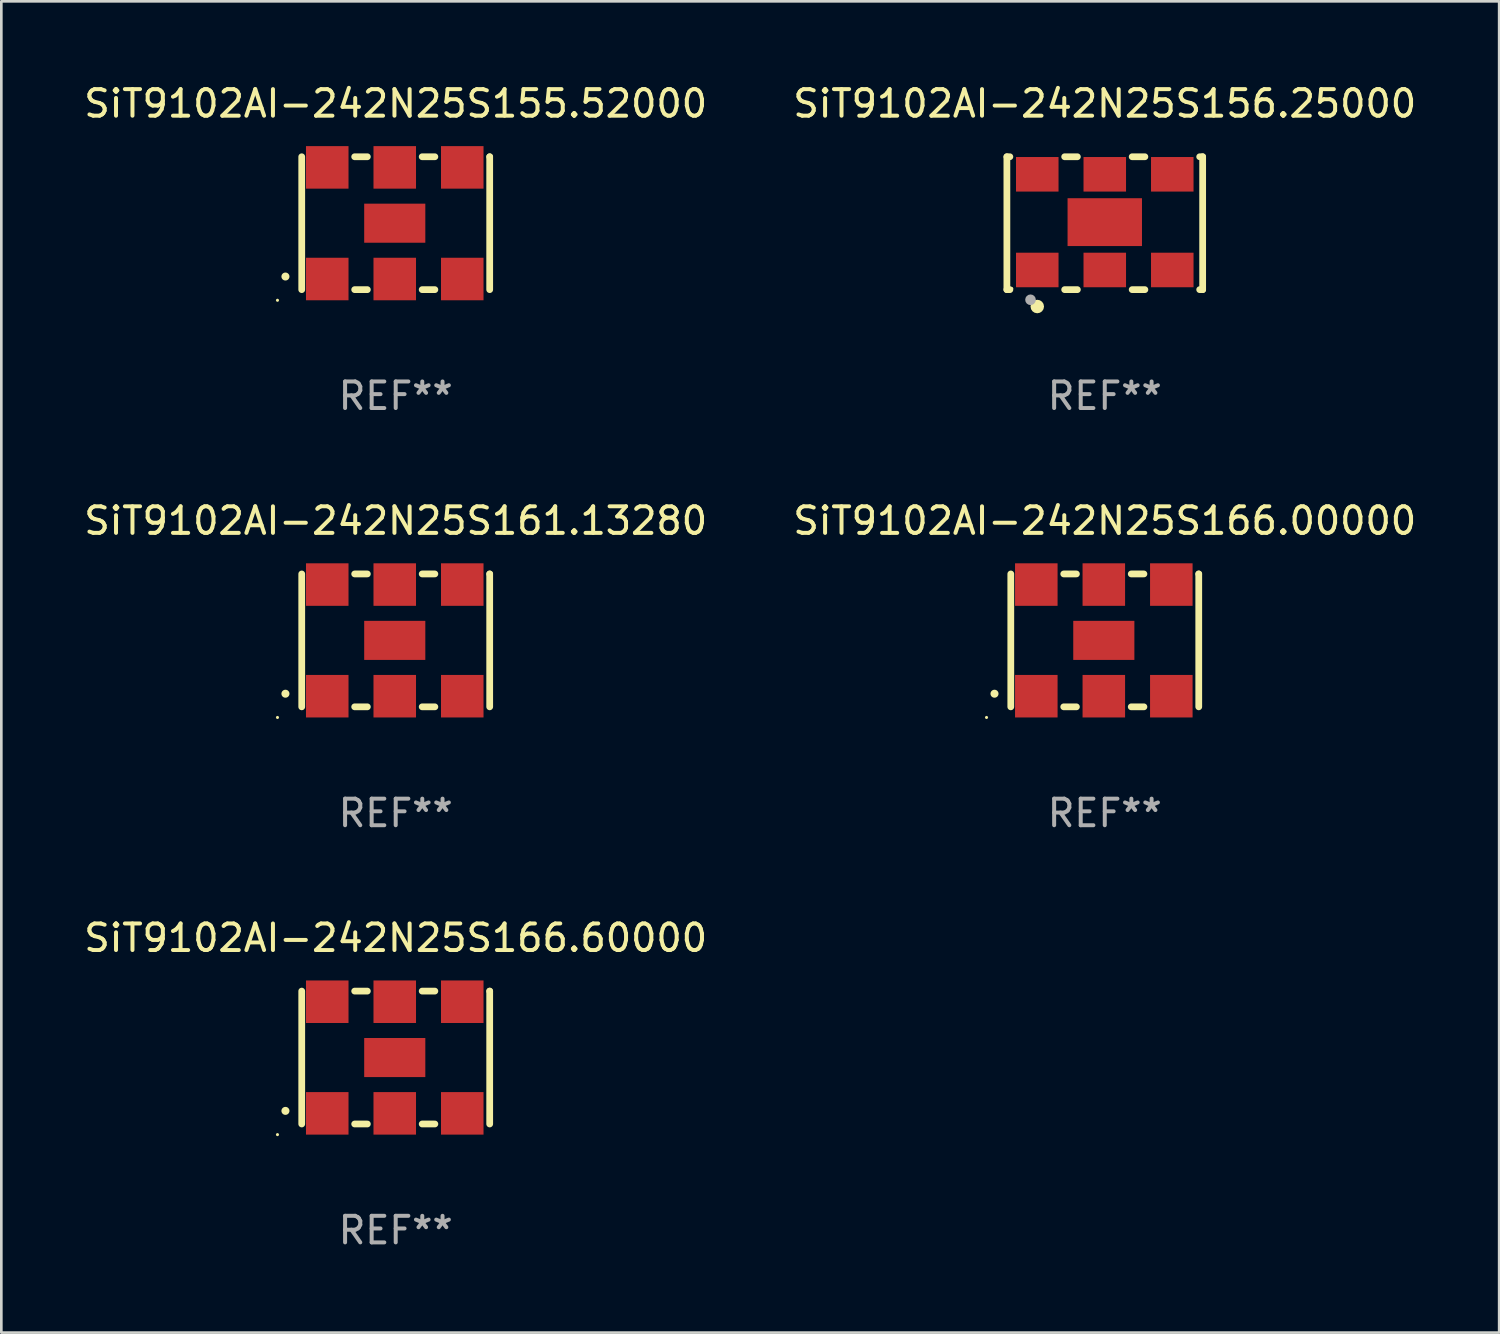
<source format=kicad_pcb>
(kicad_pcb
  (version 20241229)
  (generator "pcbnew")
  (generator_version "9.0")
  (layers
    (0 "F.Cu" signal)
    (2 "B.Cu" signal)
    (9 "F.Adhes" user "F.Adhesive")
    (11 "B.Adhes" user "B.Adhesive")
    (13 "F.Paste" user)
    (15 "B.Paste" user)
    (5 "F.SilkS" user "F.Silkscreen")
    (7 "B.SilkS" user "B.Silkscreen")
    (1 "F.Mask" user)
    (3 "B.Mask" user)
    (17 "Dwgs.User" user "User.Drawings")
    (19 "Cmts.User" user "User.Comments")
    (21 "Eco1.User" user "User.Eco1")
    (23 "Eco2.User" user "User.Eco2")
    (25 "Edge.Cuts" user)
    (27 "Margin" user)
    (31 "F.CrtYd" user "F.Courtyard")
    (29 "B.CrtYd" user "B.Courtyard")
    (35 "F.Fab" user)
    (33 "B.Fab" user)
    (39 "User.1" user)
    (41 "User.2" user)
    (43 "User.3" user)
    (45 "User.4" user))
  (footprint "SiT9102AI-242N25S161.13280"
    (layer "F.Cu")
    (at 11.839 21.045)
    (property "Reference" "SiT9102AI-242N25S161.13280" (at 0 -4.5 0) (layer "F.SilkS") (effects (font (size 1 1) (thickness 0.15))))
    (attr through_hole)
    (fp_line (start -3.536 -2.5) (end -3.536 2.5) (stroke (width 0.254) (type solid)) (layer "F.SilkS"))
    (fp_line (start -1.544 2.5) (end -1.067 2.5) (stroke (width 0.254) (type solid)) (layer "F.SilkS"))
    (fp_line (start -1.067 -2.5) (end -1.544 -2.5) (stroke (width 0.254) (type solid)) (layer "F.SilkS"))
    (fp_line (start 0.996 2.5) (end 1.473 2.5) (stroke (width 0.254) (type solid)) (layer "F.SilkS"))
    (fp_line (start 1.473 -2.5) (end 0.996 -2.5) (stroke (width 0.254) (type solid)) (layer "F.SilkS"))
    (fp_line (start 3.536 -2.5) (end 3.536 -2.5) (stroke (width 0.254) (type solid)) (layer "F.SilkS"))
    (fp_line (start 3.536 2.5) (end 3.536 -2.5) (stroke (width 0.254) (type solid)) (layer "F.SilkS"))
    (fp_arc (start -4.150432 2.006604) (mid -4.149162 2.006599) (end -4.147892 2.006604) (stroke (width 0.3) (type solid)) (layer "F.SilkS"))
    (fp_circle (center -4.449 2.9) (end -4.419 2.9) (stroke (width 0.06) (type solid)) (fill no) (layer "F.SilkS"))
    (fp_text user "REF**" (at 0 6.5 0) (layer "F.Fab") (effects (font (size 1 1) (thickness 0.15))))
    (pad "1" smd rect (at -2.576 2.1) (size 1.6 1.6) (layers "F.Cu" "F.Mask" "F.Paste"))
    (pad "2" smd rect (at -0.036 2.1) (size 1.6 1.6) (layers "F.Cu" "F.Mask" "F.Paste"))
    (pad "3" smd rect (at 2.504 2.1) (size 1.6 1.6) (layers "F.Cu" "F.Mask" "F.Paste"))
    (pad "4" smd rect (at 2.504 -2.1) (size 1.6 1.6) (layers "F.Cu" "F.Mask" "F.Paste"))
    (pad "5" smd rect (at -0.036 -2.1) (size 1.6 1.6) (layers "F.Cu" "F.Mask" "F.Paste"))
    (pad "6" smd rect (at -2.576 -2.1) (size 1.6 1.6) (layers "F.Cu" "F.Mask" "F.Paste"))
    (pad "7" smd rect (at -0.036 0) (size 2.3 1.47) (layers "F.Cu" "F.Mask" "F.Paste")))
  (footprint "SiT9102AI-242N25S156.25000"
    (layer "F.Cu")
    (at 38.518 5.348)
    (property "Reference" "SiT9102AI-242N25S156.25000" (at 0 -4.5 0) (layer "F.SilkS") (effects (font (size 1 1) (thickness 0.15))))
    (attr through_hole)
    (fp_line (start -3.683 -2.5) (end -3.571 -2.5) (stroke (width 0.254) (type solid)) (layer "F.SilkS"))
    (fp_line (start -3.683 2.5) (end -3.683 -2.5) (stroke (width 0.254) (type solid)) (layer "F.SilkS"))
    (fp_line (start -3.683 2.5) (end -3.571 2.5) (stroke (width 0.254) (type solid)) (layer "F.SilkS"))
    (fp_line (start -1.509 -2.5) (end -1.031 -2.5) (stroke (width 0.254) (type solid)) (layer "F.SilkS"))
    (fp_line (start -1.509 2.5) (end -1.031 2.5) (stroke (width 0.254) (type solid)) (layer "F.SilkS"))
    (fp_line (start 1.031 -2.5) (end 1.509 -2.5) (stroke (width 0.254) (type solid)) (layer "F.SilkS"))
    (fp_line (start 1.031 2.5) (end 1.509 2.5) (stroke (width 0.254) (type solid)) (layer "F.SilkS"))
    (fp_line (start 3.571 -2.5) (end 3.683 -2.5) (stroke (width 0.254) (type solid)) (layer "F.SilkS"))
    (fp_line (start 3.571 2.5) (end 3.683 2.5) (stroke (width 0.254) (type solid)) (layer "F.SilkS"))
    (fp_line (start 3.683 2.5) (end 3.683 -2.5) (stroke (width 0.254) (type solid)) (layer "F.SilkS"))
    (fp_circle (center -3.5 2.46) (end -3.47 2.46) (stroke (width 0.06) (type solid)) (fill no) (layer "F.SilkS"))
    (fp_circle (center -2.54 3.135) (end -2.413 3.135) (stroke (width 0.254) (type solid)) (fill no) (layer "F.SilkS"))
    (fp_circle (center -2.794 2.881) (end -2.694 2.881) (stroke (width 0.2) (type solid)) (fill no) (layer "F.Fab"))
    (fp_text user "REF**" (at 0 6.5 0) (layer "F.Fab") (effects (font (size 1 1) (thickness 0.15))))
    (pad "1" smd rect (at -2.54 1.76) (size 1.6 1.3) (layers "F.Cu" "F.Mask" "F.Paste"))
    (pad "2" smd rect (at 0 1.76) (size 1.6 1.3) (layers "F.Cu" "F.Mask" "F.Paste"))
    (pad "3" smd rect (at 2.54 1.76) (size 1.6 1.3) (layers "F.Cu" "F.Mask" "F.Paste"))
    (pad "4" smd rect (at 2.54 -1.84) (size 1.6 1.3) (layers "F.Cu" "F.Mask" "F.Paste"))
    (pad "5" smd rect (at 0 -1.84) (size 1.6 1.3) (layers "F.Cu" "F.Mask" "F.Paste"))
    (pad "6" smd rect (at -2.54 -1.84) (size 1.6 1.3) (layers "F.Cu" "F.Mask" "F.Paste"))
    (pad "7" smd rect (at 0 -0.04) (size 2.8 1.8) (layers "F.Cu" "F.Mask" "F.Paste")))
  (footprint "SiT9102AI-242N25S166.60000"
    (layer "F.Cu")
    (at 11.839 36.741)
    (property "Reference" "SiT9102AI-242N25S166.60000" (at 0 -4.5 0) (layer "F.SilkS") (effects (font (size 1 1) (thickness 0.15))))
    (attr through_hole)
    (fp_line (start -3.536 -2.5) (end -3.536 2.5) (stroke (width 0.254) (type solid)) (layer "F.SilkS"))
    (fp_line (start -1.544 2.5) (end -1.067 2.5) (stroke (width 0.254) (type solid)) (layer "F.SilkS"))
    (fp_line (start -1.067 -2.5) (end -1.544 -2.5) (stroke (width 0.254) (type solid)) (layer "F.SilkS"))
    (fp_line (start 0.996 2.5) (end 1.473 2.5) (stroke (width 0.254) (type solid)) (layer "F.SilkS"))
    (fp_line (start 1.473 -2.5) (end 0.996 -2.5) (stroke (width 0.254) (type solid)) (layer "F.SilkS"))
    (fp_line (start 3.536 -2.5) (end 3.536 -2.5) (stroke (width 0.254) (type solid)) (layer "F.SilkS"))
    (fp_line (start 3.536 2.5) (end 3.536 -2.5) (stroke (width 0.254) (type solid)) (layer "F.SilkS"))
    (fp_arc (start -4.150432 2.006604) (mid -4.149162 2.006599) (end -4.147892 2.006604) (stroke (width 0.3) (type solid)) (layer "F.SilkS"))
    (fp_circle (center -4.449 2.9) (end -4.419 2.9) (stroke (width 0.06) (type solid)) (fill no) (layer "F.SilkS"))
    (fp_text user "REF**" (at 0 6.5 0) (layer "F.Fab") (effects (font (size 1 1) (thickness 0.15))))
    (pad "1" smd rect (at -2.576 2.1) (size 1.6 1.6) (layers "F.Cu" "F.Mask" "F.Paste"))
    (pad "2" smd rect (at -0.036 2.1) (size 1.6 1.6) (layers "F.Cu" "F.Mask" "F.Paste"))
    (pad "3" smd rect (at 2.504 2.1) (size 1.6 1.6) (layers "F.Cu" "F.Mask" "F.Paste"))
    (pad "4" smd rect (at 2.504 -2.1) (size 1.6 1.6) (layers "F.Cu" "F.Mask" "F.Paste"))
    (pad "5" smd rect (at -0.036 -2.1) (size 1.6 1.6) (layers "F.Cu" "F.Mask" "F.Paste"))
    (pad "6" smd rect (at -2.576 -2.1) (size 1.6 1.6) (layers "F.Cu" "F.Mask" "F.Paste"))
    (pad "7" smd rect (at -0.036 0) (size 2.3 1.47) (layers "F.Cu" "F.Mask" "F.Paste")))
  (footprint "SiT9102AI-242N25S155.52000"
    (layer "F.Cu")
    (at 11.839 5.348)
    (property "Reference" "SiT9102AI-242N25S155.52000" (at 0 -4.5 0) (layer "F.SilkS") (effects (font (size 1 1) (thickness 0.15))))
    (attr through_hole)
    (fp_line (start -3.536 -2.5) (end -3.536 2.5) (stroke (width 0.254) (type solid)) (layer "F.SilkS"))
    (fp_line (start -1.544 2.5) (end -1.067 2.5) (stroke (width 0.254) (type solid)) (layer "F.SilkS"))
    (fp_line (start -1.067 -2.5) (end -1.544 -2.5) (stroke (width 0.254) (type solid)) (layer "F.SilkS"))
    (fp_line (start 0.996 2.5) (end 1.473 2.5) (stroke (width 0.254) (type solid)) (layer "F.SilkS"))
    (fp_line (start 1.473 -2.5) (end 0.996 -2.5) (stroke (width 0.254) (type solid)) (layer "F.SilkS"))
    (fp_line (start 3.536 -2.5) (end 3.536 -2.5) (stroke (width 0.254) (type solid)) (layer "F.SilkS"))
    (fp_line (start 3.536 2.5) (end 3.536 -2.5) (stroke (width 0.254) (type solid)) (layer "F.SilkS"))
    (fp_arc (start -4.150432 2.006604) (mid -4.149162 2.006599) (end -4.147892 2.006604) (stroke (width 0.3) (type solid)) (layer "F.SilkS"))
    (fp_circle (center -4.449 2.9) (end -4.419 2.9) (stroke (width 0.06) (type solid)) (fill no) (layer "F.SilkS"))
    (fp_text user "REF**" (at 0 6.5 0) (layer "F.Fab") (effects (font (size 1 1) (thickness 0.15))))
    (pad "1" smd rect (at -2.576 2.1) (size 1.6 1.6) (layers "F.Cu" "F.Mask" "F.Paste"))
    (pad "2" smd rect (at -0.036 2.1) (size 1.6 1.6) (layers "F.Cu" "F.Mask" "F.Paste"))
    (pad "3" smd rect (at 2.504 2.1) (size 1.6 1.6) (layers "F.Cu" "F.Mask" "F.Paste"))
    (pad "4" smd rect (at 2.504 -2.1) (size 1.6 1.6) (layers "F.Cu" "F.Mask" "F.Paste"))
    (pad "5" smd rect (at -0.036 -2.1) (size 1.6 1.6) (layers "F.Cu" "F.Mask" "F.Paste"))
    (pad "6" smd rect (at -2.576 -2.1) (size 1.6 1.6) (layers "F.Cu" "F.Mask" "F.Paste"))
    (pad "7" smd rect (at -0.036 0) (size 2.3 1.47) (layers "F.Cu" "F.Mask" "F.Paste")))
  (footprint "SiT9102AI-242N25S166.00000"
    (layer "F.Cu")
    (at 38.518 21.045)
    (property "Reference" "SiT9102AI-242N25S166.00000" (at 0 -4.5 0) (layer "F.SilkS") (effects (font (size 1 1) (thickness 0.15))))
    (attr through_hole)
    (fp_line (start -3.536 -2.5) (end -3.536 2.5) (stroke (width 0.254) (type solid)) (layer "F.SilkS"))
    (fp_line (start -1.544 2.5) (end -1.067 2.5) (stroke (width 0.254) (type solid)) (layer "F.SilkS"))
    (fp_line (start -1.067 -2.5) (end -1.544 -2.5) (stroke (width 0.254) (type solid)) (layer "F.SilkS"))
    (fp_line (start 0.996 2.5) (end 1.473 2.5) (stroke (width 0.254) (type solid)) (layer "F.SilkS"))
    (fp_line (start 1.473 -2.5) (end 0.996 -2.5) (stroke (width 0.254) (type solid)) (layer "F.SilkS"))
    (fp_line (start 3.536 -2.5) (end 3.536 -2.5) (stroke (width 0.254) (type solid)) (layer "F.SilkS"))
    (fp_line (start 3.536 2.5) (end 3.536 -2.5) (stroke (width 0.254) (type solid)) (layer "F.SilkS"))
    (fp_arc (start -4.150432 2.006604) (mid -4.149162 2.006599) (end -4.147892 2.006604) (stroke (width 0.3) (type solid)) (layer "F.SilkS"))
    (fp_circle (center -4.449 2.9) (end -4.419 2.9) (stroke (width 0.06) (type solid)) (fill no) (layer "F.SilkS"))
    (fp_text user "REF**" (at 0 6.5 0) (layer "F.Fab") (effects (font (size 1 1) (thickness 0.15))))
    (pad "1" smd rect (at -2.576 2.1) (size 1.6 1.6) (layers "F.Cu" "F.Mask" "F.Paste"))
    (pad "2" smd rect (at -0.036 2.1) (size 1.6 1.6) (layers "F.Cu" "F.Mask" "F.Paste"))
    (pad "3" smd rect (at 2.504 2.1) (size 1.6 1.6) (layers "F.Cu" "F.Mask" "F.Paste"))
    (pad "4" smd rect (at 2.504 -2.1) (size 1.6 1.6) (layers "F.Cu" "F.Mask" "F.Paste"))
    (pad "5" smd rect (at -0.036 -2.1) (size 1.6 1.6) (layers "F.Cu" "F.Mask" "F.Paste"))
    (pad "6" smd rect (at -2.576 -2.1) (size 1.6 1.6) (layers "F.Cu" "F.Mask" "F.Paste"))
    (pad "7" smd rect (at -0.036 0) (size 2.3 1.47) (layers "F.Cu" "F.Mask" "F.Paste")))
  (gr_rect
    (start -3 -3)
    (end 53.357 47.09)
    (stroke (width 0.1) (type default))
    (fill no)
    (layer "Edge.Cuts")))
</source>
